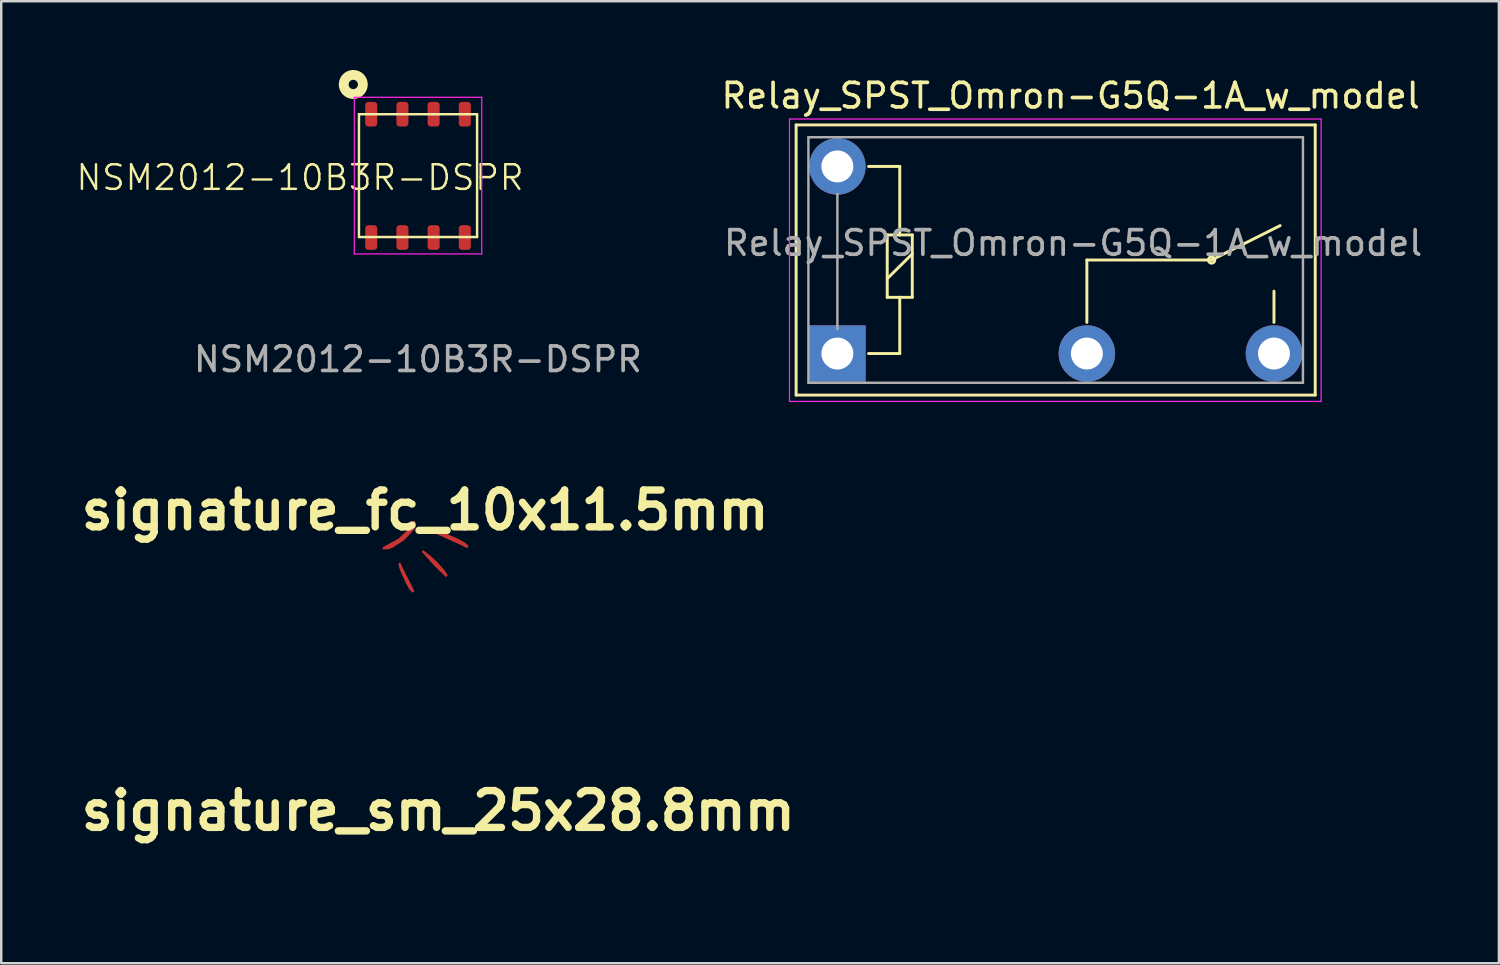
<source format=kicad_pcb>
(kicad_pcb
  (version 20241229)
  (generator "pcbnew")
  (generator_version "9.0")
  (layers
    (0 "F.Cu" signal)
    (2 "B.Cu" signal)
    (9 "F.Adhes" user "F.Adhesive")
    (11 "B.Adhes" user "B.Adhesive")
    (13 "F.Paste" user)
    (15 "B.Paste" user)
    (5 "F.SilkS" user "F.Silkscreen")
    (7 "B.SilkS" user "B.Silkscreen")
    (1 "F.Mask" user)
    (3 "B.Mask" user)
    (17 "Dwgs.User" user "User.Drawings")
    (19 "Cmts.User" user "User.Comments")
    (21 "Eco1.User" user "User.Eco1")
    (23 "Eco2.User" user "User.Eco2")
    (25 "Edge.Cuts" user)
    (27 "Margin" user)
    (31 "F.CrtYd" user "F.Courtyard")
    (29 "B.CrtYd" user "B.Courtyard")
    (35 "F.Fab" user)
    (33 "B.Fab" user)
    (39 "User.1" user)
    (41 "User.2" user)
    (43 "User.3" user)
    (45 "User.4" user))
  (footprint "NSM2012-10B3R-DSPR"
    (layer "F.Cu")
    (at 13.949 4.102)
    (property "Reference" "NSM2012-10B3R-DSPR" (at -4.78 0.08 0) (unlocked yes) (layer "F.SilkS") (effects (font (size 1 1) (thickness 0.1))))
    (attr smd)
    (fp_line (start -2.38 -2.5) (end 2.43 -2.5) (stroke (width 0.1) (type default)) (layer "F.SilkS"))
    (fp_line (start -2.38 2.5) (end -2.38 -2.5) (stroke (width 0.1) (type default)) (layer "F.SilkS"))
    (fp_line (start 2.43 -2.5) (end 2.43 2.5) (stroke (width 0.1) (type default)) (layer "F.SilkS"))
    (fp_line (start 2.43 2.5) (end -2.38 2.5) (stroke (width 0.1) (type default)) (layer "F.SilkS"))
    (fp_circle (center -2.612 -3.712) (end -2.422 -3.712) (stroke (width 0.4) (type default)) (fill no) (layer "F.SilkS"))
    (fp_line (start -2.57 -3.19) (end -2.57 3.19) (stroke (width 0.05) (type default)) (layer "F.CrtYd"))
    (fp_line (start -2.57 3.19) (end 2.62 3.19) (stroke (width 0.05) (type default)) (layer "F.CrtYd"))
    (fp_line (start 2.62 -3.19) (end -2.57 -3.19) (stroke (width 0.05) (type default)) (layer "F.CrtYd"))
    (fp_line (start 2.62 3.19) (end 2.62 -3.19) (stroke (width 0.05) (type default)) (layer "F.CrtYd"))
    (fp_text user "${REFERENCE}" (at 0.02 7.48 0) (unlocked yes) (layer "F.Fab") (effects (font (size 1 1) (thickness 0.15))))
    (pad "1" smd roundrect (at -1.88 -2.5 90) (size 1 0.49) (layers "F.Cu" "F.Mask" "F.Paste") (roundrect_rratio 0.25))
    (pad "2" smd roundrect (at -0.61 -2.5 90) (size 1 0.49) (layers "F.Cu" "F.Mask" "F.Paste") (roundrect_rratio 0.25))
    (pad "3" smd roundrect (at 0.66 -2.5 90) (size 1 0.49) (layers "F.Cu" "F.Mask" "F.Paste") (roundrect_rratio 0.25))
    (pad "4" smd roundrect (at 1.93 -2.5 90) (size 1 0.49) (layers "F.Cu" "F.Mask" "F.Paste") (roundrect_rratio 0.25))
    (pad "5" smd roundrect (at 1.93 2.52 90) (size 1 0.49) (layers "F.Cu" "F.Mask" "F.Paste") (roundrect_rratio 0.25))
    (pad "6" smd roundrect (at 0.66 2.52 90) (size 1 0.49) (layers "F.Cu" "F.Mask" "F.Paste") (roundrect_rratio 0.25))
    (pad "7" smd roundrect (at -0.61 2.52 90) (size 1 0.49) (layers "F.Cu" "F.Mask" "F.Paste") (roundrect_rratio 0.25))
    (pad "8" smd roundrect (at -1.88 2.52 90) (size 1 0.49) (layers "F.Cu" "F.Mask" "F.Paste") (roundrect_rratio 0.25)))
  (footprint "signature_sm_25x28.8mm"
    (layer "F.Cu")
    (at 4.14 24.327)
    (property "Reference" "signature_sm_25x28.8mm" (at 10.66 5.64 0) (layer "F.SilkS") (effects (font (size 1.5 1.5) (thickness 0.3))))
    (attr board_only exclude_from_pos_files exclude_from_bom)
    (fp_poly (pts (xy 5.2 3.47) (xy 5.01 3.27) (xy 4.69 3.02) (xy 3.22 2.31) (xy 2.33 1.99) (xy 1.84 1.85) (xy 1.69 1.91) (xy 2.14 2.07) (xy 5.07 3.4)) (stroke (width 0.1) (type solid)) (fill yes) (layer "F.Mask"))
    (fp_poly (pts (xy -2.69 5.64) (xy -1.41 8.16) (xy -1.12 8.75) (xy -1.11 8.8) (xy -1.45 8.42) (xy -2.21 7.07) (xy -2.73 5.9) (xy -2.75 5.69) (xy -2.73 5.59) (xy -2.68 5.65)) (stroke (width 0.1) (type solid)) (fill yes) (layer "F.Mask"))
    (fp_poly (pts (xy -0.04 4.31) (xy 0.25 4.43) (xy 0.72 4.78) (xy 1.35 5.33) (xy 2.25 6.28) (xy 2.61 6.78) (xy 2.63 6.85) (xy 2.61 6.87) (xy 2.54 6.81) (xy 0.31 4.6) (xy 0.04 4.39)) (stroke (width 0.1) (type solid)) (fill yes) (layer "F.Mask"))
    (fp_poly (pts (xy -1.23 1.236) (xy -1.193 1.3) (xy -1.193 1.3) (xy -1.153 1.446) (xy -1.167 1.624) (xy -1.234 1.831) (xy -1.349 2.061) (xy -1.511 2.308) (xy -1.717 2.566) (xy -1.964 2.831) (xy -1.979 2.846) (xy -2.283 3.127) (xy -2.577 3.357) (xy -2.879 3.548) (xy -3.046 3.637) (xy -3.214 3.717) (xy -3.347 3.768) (xy -3.468 3.798) (xy -3.602 3.813) (xy -3.61 3.814) (xy -3.731 3.82) (xy -3.819 3.819) (xy -3.857 3.811) (xy -3.857 3.81) (xy -3.829 3.784) (xy -3.756 3.739) (xy -3.692 3.705) (xy -3.487 3.586) (xy -3.248 3.422) (xy -2.984 3.22) (xy -2.705 2.989) (xy -2.42 2.735) (xy -2.139 2.468) (xy -2.011 2.339) (xy -1.743 2.055) (xy -1.533 1.807) (xy -1.381 1.598) (xy -1.287 1.425) (xy -1.25 1.29) (xy -1.249 1.278) (xy -1.246 1.23)) (stroke (width 0) (type solid)) (fill yes) (layer "F.Mask")))
  (footprint "Relay_SPST_Omron-G5Q-1A_w_model"
    (layer "F.Cu")
    (at 31.052 11.348)
    (property "Reference" "Relay_SPST_Omron-G5Q-1A_w_model" (at 9.5 -10.5 180) (layer "F.SilkS") (effects (font (size 1 1) (thickness 0.15))))
    (attr through_hole)
    (fp_line (start -1.68 -9.31) (end 19.46 -9.31) (stroke (width 0.12) (type solid)) (layer "F.SilkS"))
    (fp_line (start -1.68 1.69) (end -1.68 -9.31) (stroke (width 0.12) (type solid)) (layer "F.SilkS"))
    (fp_line (start -1.68 1.69) (end 19.46 1.69) (stroke (width 0.12) (type solid)) (layer "F.SilkS"))
    (fp_line (start 1.27 0) (end 2.54 0) (stroke (width 0.12) (type solid)) (layer "F.SilkS"))
    (fp_line (start 2.03 -4.83) (end 2.54 -4.83) (stroke (width 0.12) (type solid)) (layer "F.SilkS"))
    (fp_line (start 2.03 -3.05) (end 3.05 -4.06) (stroke (width 0.12) (type solid)) (layer "F.SilkS"))
    (fp_line (start 2.03 -2.29) (end 2.03 -4.83) (stroke (width 0.12) (type solid)) (layer "F.SilkS"))
    (fp_line (start 2.54 -7.62) (end 1.27 -7.62) (stroke (width 0.12) (type solid)) (layer "F.SilkS"))
    (fp_line (start 2.54 -4.83) (end 2.54 -7.62) (stroke (width 0.12) (type solid)) (layer "F.SilkS"))
    (fp_line (start 2.54 -4.83) (end 3.05 -4.83) (stroke (width 0.12) (type solid)) (layer "F.SilkS"))
    (fp_line (start 2.54 -2.29) (end 2.03 -2.29) (stroke (width 0.12) (type solid)) (layer "F.SilkS"))
    (fp_line (start 2.54 0) (end 2.54 -2.29) (stroke (width 0.12) (type solid)) (layer "F.SilkS"))
    (fp_line (start 3.05 -4.83) (end 3.05 -2.29) (stroke (width 0.12) (type solid)) (layer "F.SilkS"))
    (fp_line (start 3.05 -2.29) (end 2.54 -2.29) (stroke (width 0.12) (type solid)) (layer "F.SilkS"))
    (fp_line (start 10.16 -3.81) (end 15.24 -3.81) (stroke (width 0.12) (type solid)) (layer "F.SilkS"))
    (fp_line (start 10.16 -1.27) (end 10.16 -3.81) (stroke (width 0.12) (type solid)) (layer "F.SilkS"))
    (fp_line (start 15.24 -3.81) (end 18.03 -5.21) (stroke (width 0.12) (type solid)) (layer "F.SilkS"))
    (fp_line (start 17.78 -1.27) (end 17.78 -2.54) (stroke (width 0.12) (type solid)) (layer "F.SilkS"))
    (fp_line (start 19.46 1.69) (end 19.46 -9.31) (stroke (width 0.12) (type solid)) (layer "F.SilkS"))
    (fp_circle (center 15.24 -3.81) (end 15.24 -3.68) (stroke (width 0.12) (type solid)) (fill no) (layer "F.SilkS"))
    (fp_line (start -1.95 -9.55) (end 19.7 -9.55) (stroke (width 0.05) (type solid)) (layer "F.CrtYd"))
    (fp_line (start -1.95 1.95) (end -1.95 -9.55) (stroke (width 0.05) (type solid)) (layer "F.CrtYd"))
    (fp_line (start 19.7 -9.55) (end 19.7 1.95) (stroke (width 0.05) (type solid)) (layer "F.CrtYd"))
    (fp_line (start 19.7 1.95) (end -1.95 1.95) (stroke (width 0.05) (type solid)) (layer "F.CrtYd"))
    (fp_line (start -1.18 -8.81) (end 18.96 -8.81) (stroke (width 0.1) (type solid)) (layer "F.Fab"))
    (fp_line (start -1.18 1.19) (end -1.18 -8.81) (stroke (width 0.1) (type solid)) (layer "F.Fab"))
    (fp_line (start 0 -1) (end 0 -6.5) (stroke (width 0.1) (type solid)) (layer "F.Fab"))
    (fp_line (start 18.96 -8.81) (end 18.96 1.19) (stroke (width 0.1) (type solid)) (layer "F.Fab"))
    (fp_line (start 18.96 1.19) (end -1.18 1.19) (stroke (width 0.1) (type solid)) (layer "F.Fab"))
    (fp_text user "${REFERENCE}" (at 9.6 -4.5 0) (layer "F.Fab") (effects (font (size 1 1) (thickness 0.15))))
    (pad "1" thru_hole rect (at 0 0 180) (size 2.3 2.3) (drill 1.3) (layers "*.Cu" "*.Mask"))
    (pad "2" thru_hole circle (at 10.16 0 180) (size 2.3 2.3) (drill 1.3) (layers "*.Cu" "*.Mask"))
    (pad "3" thru_hole circle (at 17.78 0 180) (size 2.3 2.3) (drill 1.3) (layers "*.Cu" "*.Mask"))
    (pad "5" thru_hole circle (at 0 -7.62 180) (size 2.3 2.3) (drill 1.3) (layers "*.Cu" "*.Mask")))
  (footprint "signature_fc_10x11.5mm"
    (layer "F.Cu")
    (at 14.264 17.727)
    (property "Reference" "signature_fc_10x11.5mm" (at 0 0 0) (layer "F.SilkS") (effects (font (size 1.5 1.5) (thickness 0.3))))
    (attr board_only exclude_from_pos_files exclude_from_bom)
    (fp_poly (pts (xy -0.08 1.69) (xy 0.225 1.932) (xy 0.486 2.179) (xy 0.75 2.479) (xy 0.855 2.632) (xy 0.862 2.655) (xy 0.854 2.661) (xy 0.39 2.21) (xy -0.02 1.75) (xy 0.06 1.83)) (stroke (width 0.1) (type solid)) (fill yes) (layer "F.Cu"))
    (fp_poly (pts (xy -1.36 1.49) (xy -1.5 1.54) (xy -1.69 1.55) (xy -1.06 1.2) (xy -0.71 0.87) (xy -0.44 0.49) (xy -0.44 0.66) (xy -0.48 0.73) (xy -0.51 0.78) (xy -0.69 0.98) (xy -0.9 1.19)) (stroke (width 0.1) (type solid)) (fill yes) (layer "F.Cu"))
    (fp_poly (pts (xy -0.964 2.366) (xy -1.03 2.23) (xy -0.55 3.18) (xy -0.5 3.28) (xy -0.5 3.3) (xy -0.58 3.22) (xy -0.63 3.15) (xy -0.73 2.96) (xy -0.89 2.62) (xy -1 2.36) (xy -1.04 2.19)) (stroke (width 0.1) (type solid)) (fill yes) (layer "F.Cu"))
    (fp_poly (pts (xy 1.695 1.474) (xy 0.403 0.887) (xy 0.398 0.874) (xy 0.417 0.872) (xy 0.84 1) (xy 1.377 1.24) (xy 1.561 1.344) (xy 1.675 1.426) (xy 1.708 1.48) (xy 1.659 1.458) (xy 1.602 1.433) (xy 1.615 1.442)) (stroke (width 0.1) (type solid)) (fill yes) (layer "F.Cu")))
  (gr_rect
    (start -3 -3)
    (end 57.992 36.177)
    (stroke (width 0.1) (type default))
    (fill no)
    (layer "Edge.Cuts")))
</source>
